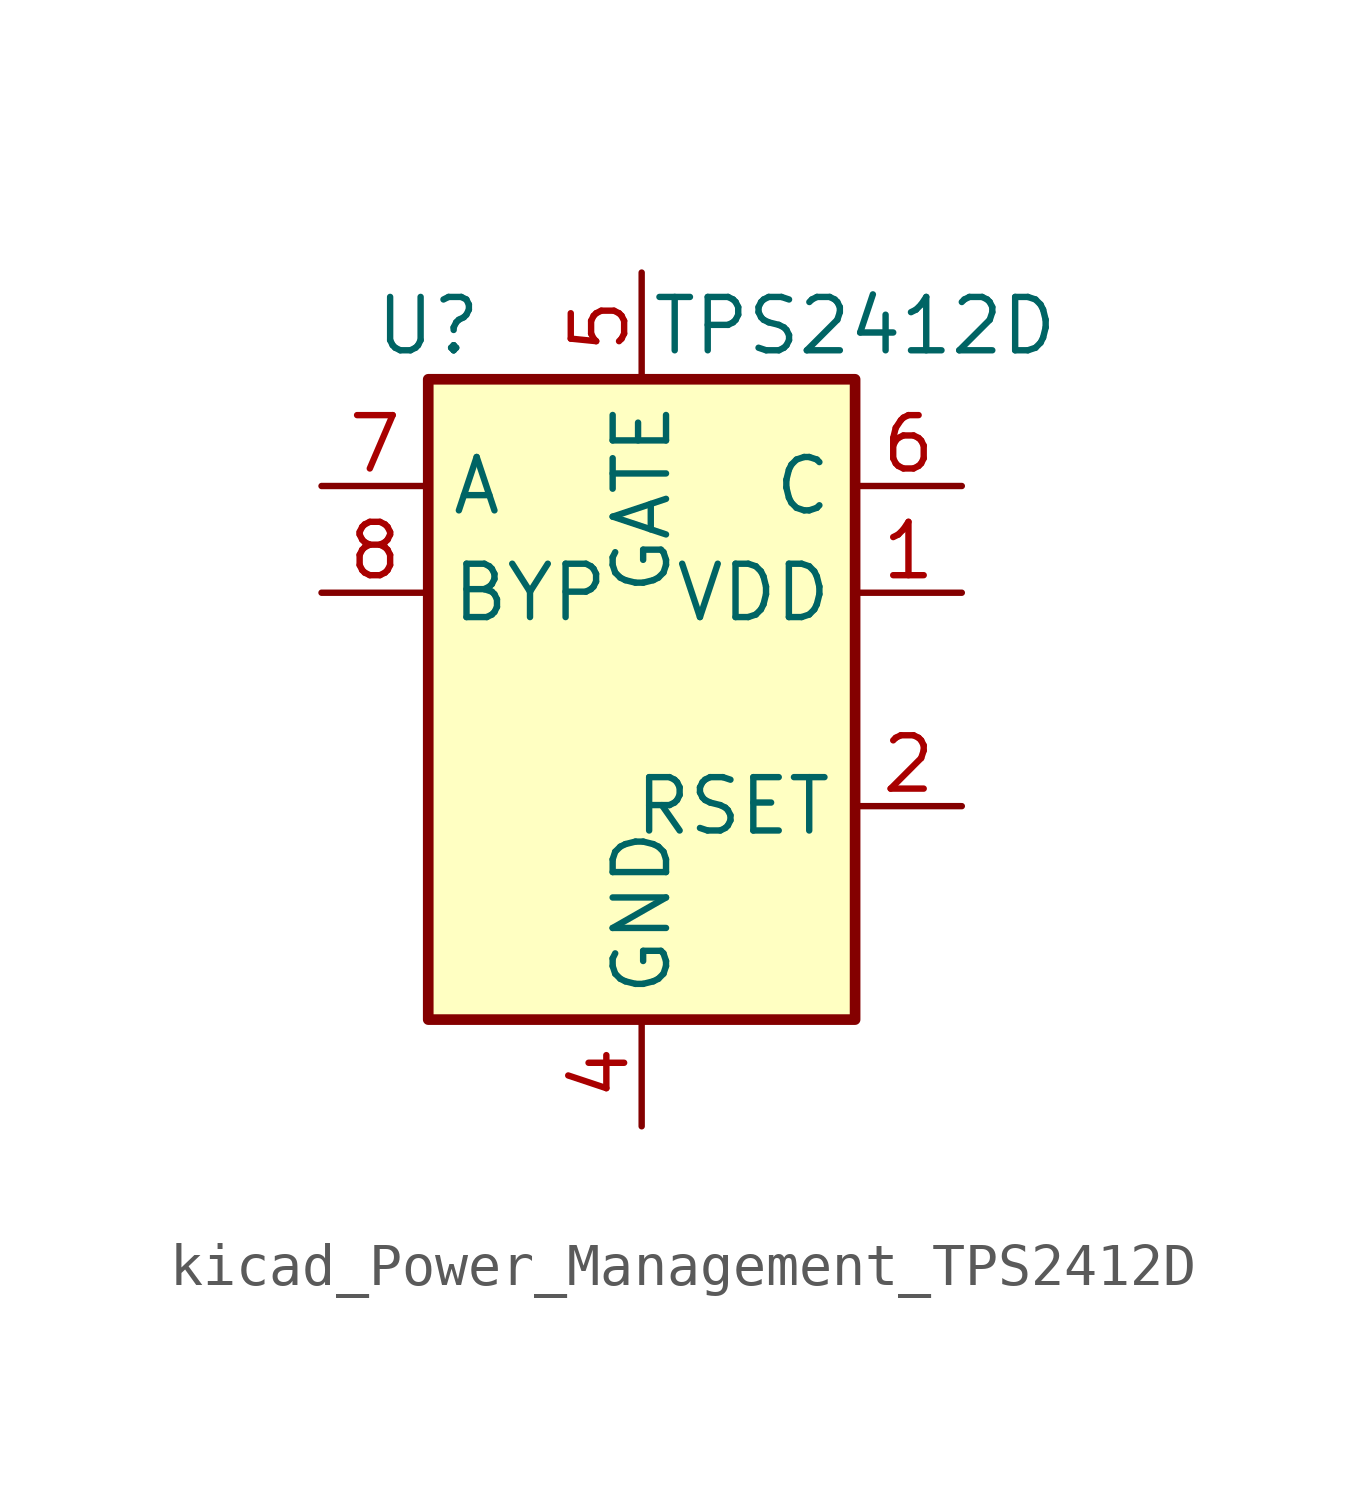
<source format=kicad_sym>
(kicad_symbol_lib
  (version 20220914)
  (generator kicad_symbol_editor)
  (symbol "kicad_Power_Management_TPS2412D"
    (property "Reference" "U"
      (at -5.08 8.89 0)
      (effects (font (size 1.27 1.27))))
    (property "Value" "TPS2412D"
      (at 5.08 8.89 0)
      (effects (font (size 1.27 1.27))))
    (symbol "kicad_Power_Management_TPS2412D_0_1"
      (rectangle (start -5.08 7.62) (end 5.08 -7.62) (stroke (width 0.254) (type default)) (fill (type background))))
    (symbol "kicad_Power_Management_TPS2412D_1_1"
      (pin power_in line (at 7.62 2.54 180) (length 2.54) (name "VDD" (effects (font (size 1.27 1.27)))) (number "1" (effects (font (size 1.27 1.27)))))
      (pin passive line (at 7.62 -2.54 180) (length 2.54) (name "RSET" (effects (font (size 1.27 1.27)))) (number "2" (effects (font (size 1.27 1.27)))))
      (pin passive line (at 0 -10.16 90) (length 2.54) hide (name "GND" (effects (font (size 1.27 1.27)))) (number "3" (effects (font (size 1.27 1.27)))))
      (pin power_in line (at 0 -10.16 90) (length 2.54) (name "GND" (effects (font (size 1.27 1.27)))) (number "4" (effects (font (size 1.27 1.27)))))
      (pin output line (at 0 10.16 270) (length 2.54) (name "GATE" (effects (font (size 1.27 1.27)))) (number "5" (effects (font (size 1.27 1.27)))))
      (pin input line (at 7.62 5.08 180) (length 2.54) (name "C" (effects (font (size 1.27 1.27)))) (number "6" (effects (font (size 1.27 1.27)))))
      (pin input line (at -7.62 5.08 0) (length 2.54) (name "A" (effects (font (size 1.27 1.27)))) (number "7" (effects (font (size 1.27 1.27)))))
      (pin passive line (at -7.62 2.54 0) (length 2.54) (name "BYP" (effects (font (size 1.27 1.27)))) (number "8" (effects (font (size 1.27 1.27))))))))
</source>
